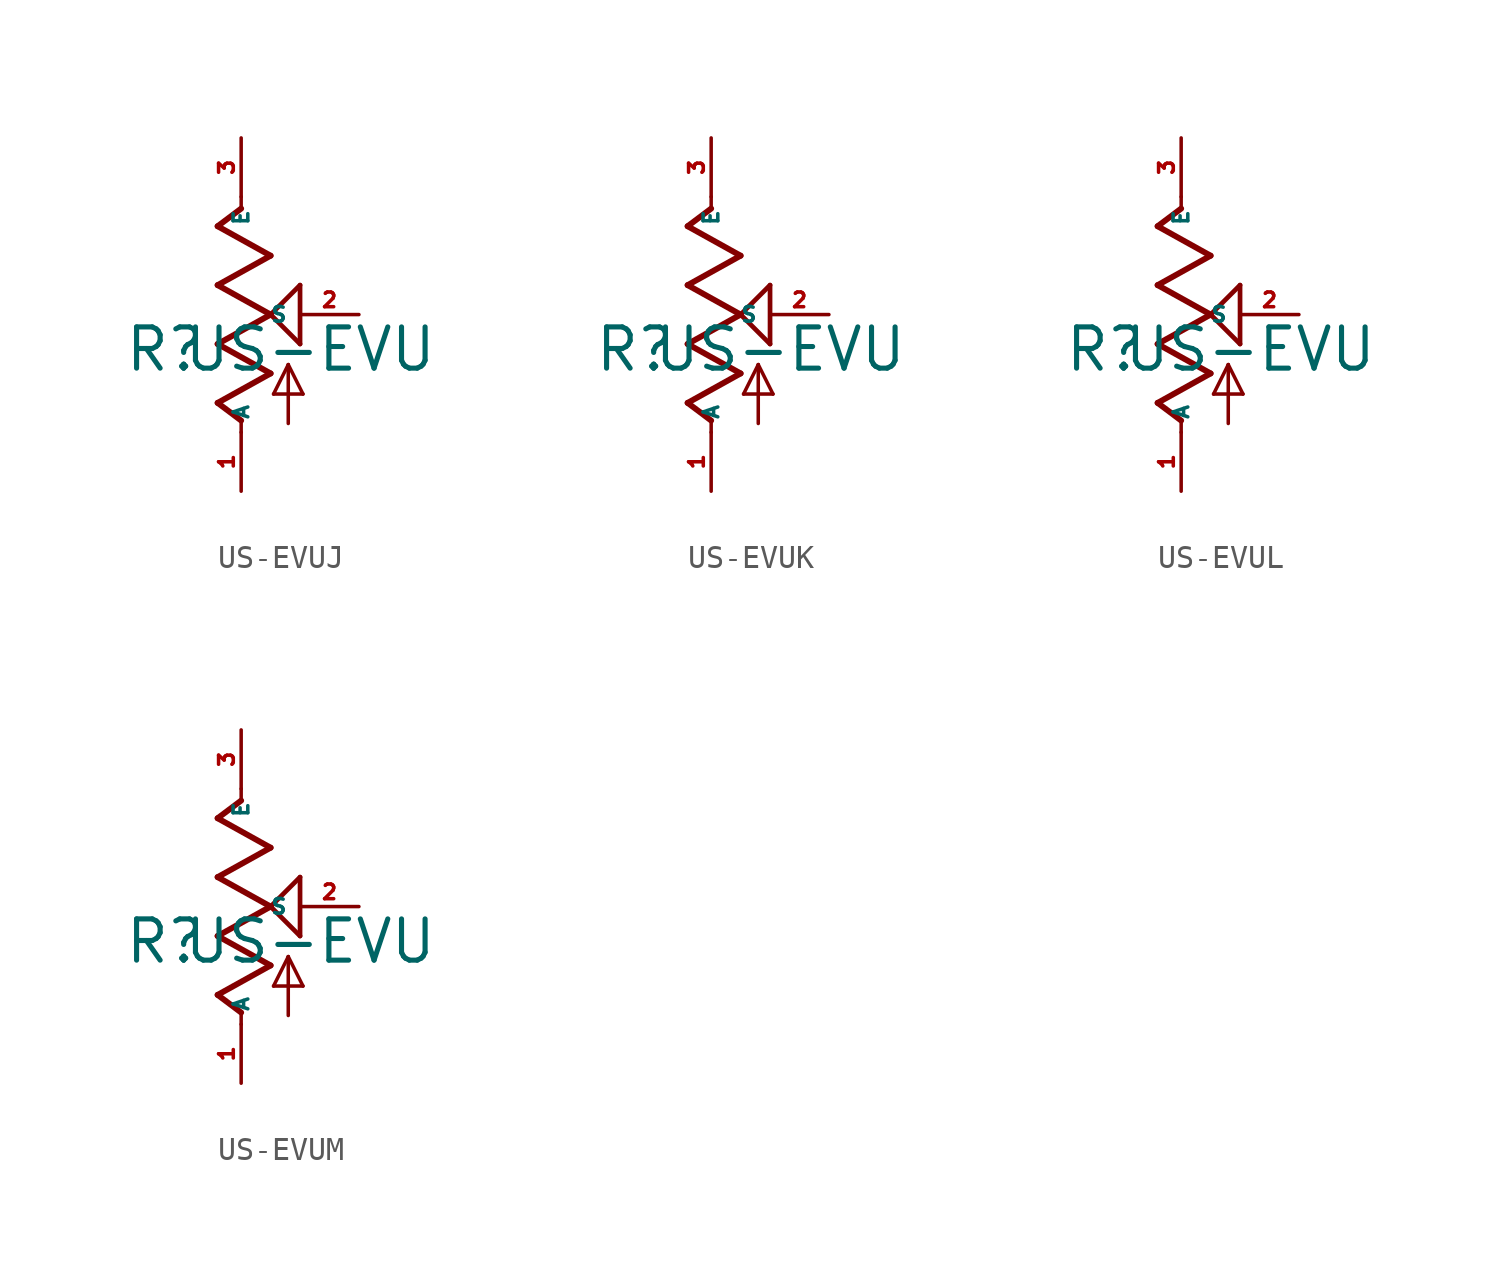
<source format=kicad_sym>
(kicad_symbol_lib
  (version 20220914)
  (generator Eagle2Kicad)
  (symbol "US-EVUJ"
    (property "Reference" "R"
      (at -5.08 -2.54 0)
      (effects (font (size 1.778 1.778) (thickness 0.22)) (justify left bottom)))
    (property "Value" "US-EVU"
      (at -2.54 -2.54 0)
      (effects (font (size 1.778 1.778) (thickness 0.22)) (justify left bottom)))
    (polyline
      (pts (xy 0 -5.08) (xy 0 -4.572))
      (stroke (width 0.152) (type default))
      (fill (type none)))
    (polyline
      (pts (xy 0 -4.572) (xy -1.016 -3.81))
      (stroke (width 0.254) (type default))
      (fill (type none)))
    (polyline
      (pts (xy -1.016 -3.81) (xy 1.27 -2.54))
      (stroke (width 0.254) (type default))
      (fill (type none)))
    (polyline
      (pts (xy 1.27 -2.54) (xy -1.016 -1.27))
      (stroke (width 0.254) (type default))
      (fill (type none)))
    (polyline
      (pts (xy -1.016 -1.27) (xy 1.27 0))
      (stroke (width 0.254) (type default))
      (fill (type none)))
    (polyline
      (pts (xy 1.27 0) (xy -1.016 1.27))
      (stroke (width 0.254) (type default))
      (fill (type none)))
    (polyline
      (pts (xy -1.016 1.27) (xy 1.27 2.54))
      (stroke (width 0.254) (type default))
      (fill (type none)))
    (polyline
      (pts (xy 1.27 2.54) (xy -1.016 3.81))
      (stroke (width 0.254) (type default))
      (fill (type none)))
    (polyline
      (pts (xy -1.016 3.81) (xy 0 4.572))
      (stroke (width 0.254) (type default))
      (fill (type none)))
    (polyline
      (pts (xy 0 4.572) (xy 0 5.08))
      (stroke (width 0.152) (type default))
      (fill (type none)))
    (polyline
      (pts (xy 1.27 0) (xy 2.54 1.27))
      (stroke (width 0.203) (type default))
      (fill (type none)))
    (polyline
      (pts (xy 2.54 -1.27) (xy 1.27 0))
      (stroke (width 0.203) (type default))
      (fill (type none)))
    (polyline
      (pts (xy 2.54 1.27) (xy 2.54 -1.27))
      (stroke (width 0.203) (type default))
      (fill (type none)))
    (polyline
      (pts (xy 2.032 -4.699) (xy 2.032 -2.159))
      (stroke (width 0.152) (type default))
      (fill (type none)))
    (polyline
      (pts (xy 2.032 -2.159) (xy 2.667 -3.429))
      (stroke (width 0.152) (type default))
      (fill (type none)))
    (polyline
      (pts (xy 2.667 -3.429) (xy 1.397 -3.429))
      (stroke (width 0.152) (type default))
      (fill (type none)))
    (polyline
      (pts (xy 1.397 -3.429) (xy 2.032 -2.159))
      (stroke (width 0.152) (type default))
      (fill (type none)))
    (pin passive line
      (at 0 -7.62 90)
      (length 2.54)
      (name "A" (effects (font (size 0.635 0.635) (thickness 0.08)) (justify left bottom)))
      (number "1" (effects (font (size 0.635 0.635) (thickness 0.08)) (justify left bottom))))
    (pin passive line
      (at 0 7.62 270)
      (length 2.54)
      (name "E" (effects (font (size 0.635 0.635) (thickness 0.08)) (justify left bottom)))
      (number "3" (effects (font (size 0.635 0.635) (thickness 0.08)) (justify left bottom))))
    (pin passive line
      (at 5.08 0 180)
      (length 2.54)
      (name "S" (effects (font (size 0.635 0.635) (thickness 0.08)) (justify left bottom)))
      (number "2" (effects (font (size 0.635 0.635) (thickness 0.08)) (justify left bottom)))))
  (symbol "US-EVUK"
    (property "Reference" "R"
      (at -5.08 -2.54 0)
      (effects (font (size 1.778 1.778) (thickness 0.22)) (justify left bottom)))
    (property "Value" "US-EVU"
      (at -2.54 -2.54 0)
      (effects (font (size 1.778 1.778) (thickness 0.22)) (justify left bottom)))
    (polyline
      (pts (xy 0 -5.08) (xy 0 -4.572))
      (stroke (width 0.152) (type default))
      (fill (type none)))
    (polyline
      (pts (xy 0 -4.572) (xy -1.016 -3.81))
      (stroke (width 0.254) (type default))
      (fill (type none)))
    (polyline
      (pts (xy -1.016 -3.81) (xy 1.27 -2.54))
      (stroke (width 0.254) (type default))
      (fill (type none)))
    (polyline
      (pts (xy 1.27 -2.54) (xy -1.016 -1.27))
      (stroke (width 0.254) (type default))
      (fill (type none)))
    (polyline
      (pts (xy -1.016 -1.27) (xy 1.27 0))
      (stroke (width 0.254) (type default))
      (fill (type none)))
    (polyline
      (pts (xy 1.27 0) (xy -1.016 1.27))
      (stroke (width 0.254) (type default))
      (fill (type none)))
    (polyline
      (pts (xy -1.016 1.27) (xy 1.27 2.54))
      (stroke (width 0.254) (type default))
      (fill (type none)))
    (polyline
      (pts (xy 1.27 2.54) (xy -1.016 3.81))
      (stroke (width 0.254) (type default))
      (fill (type none)))
    (polyline
      (pts (xy -1.016 3.81) (xy 0 4.572))
      (stroke (width 0.254) (type default))
      (fill (type none)))
    (polyline
      (pts (xy 0 4.572) (xy 0 5.08))
      (stroke (width 0.152) (type default))
      (fill (type none)))
    (polyline
      (pts (xy 1.27 0) (xy 2.54 1.27))
      (stroke (width 0.203) (type default))
      (fill (type none)))
    (polyline
      (pts (xy 2.54 -1.27) (xy 1.27 0))
      (stroke (width 0.203) (type default))
      (fill (type none)))
    (polyline
      (pts (xy 2.54 1.27) (xy 2.54 -1.27))
      (stroke (width 0.203) (type default))
      (fill (type none)))
    (polyline
      (pts (xy 2.032 -4.699) (xy 2.032 -2.159))
      (stroke (width 0.152) (type default))
      (fill (type none)))
    (polyline
      (pts (xy 2.032 -2.159) (xy 2.667 -3.429))
      (stroke (width 0.152) (type default))
      (fill (type none)))
    (polyline
      (pts (xy 2.667 -3.429) (xy 1.397 -3.429))
      (stroke (width 0.152) (type default))
      (fill (type none)))
    (polyline
      (pts (xy 1.397 -3.429) (xy 2.032 -2.159))
      (stroke (width 0.152) (type default))
      (fill (type none)))
    (pin passive line
      (at 0 -7.62 90)
      (length 2.54)
      (name "A" (effects (font (size 0.635 0.635) (thickness 0.08)) (justify left bottom)))
      (number "1" (effects (font (size 0.635 0.635) (thickness 0.08)) (justify left bottom))))
    (pin passive line
      (at 0 7.62 270)
      (length 2.54)
      (name "E" (effects (font (size 0.635 0.635) (thickness 0.08)) (justify left bottom)))
      (number "3" (effects (font (size 0.635 0.635) (thickness 0.08)) (justify left bottom))))
    (pin passive line
      (at 5.08 0 180)
      (length 2.54)
      (name "S" (effects (font (size 0.635 0.635) (thickness 0.08)) (justify left bottom)))
      (number "2" (effects (font (size 0.635 0.635) (thickness 0.08)) (justify left bottom)))))
  (symbol "US-EVUL"
    (property "Reference" "R"
      (at -5.08 -2.54 0)
      (effects (font (size 1.778 1.778) (thickness 0.22)) (justify left bottom)))
    (property "Value" "US-EVU"
      (at -2.54 -2.54 0)
      (effects (font (size 1.778 1.778) (thickness 0.22)) (justify left bottom)))
    (polyline
      (pts (xy 0 -5.08) (xy 0 -4.572))
      (stroke (width 0.152) (type default))
      (fill (type none)))
    (polyline
      (pts (xy 0 -4.572) (xy -1.016 -3.81))
      (stroke (width 0.254) (type default))
      (fill (type none)))
    (polyline
      (pts (xy -1.016 -3.81) (xy 1.27 -2.54))
      (stroke (width 0.254) (type default))
      (fill (type none)))
    (polyline
      (pts (xy 1.27 -2.54) (xy -1.016 -1.27))
      (stroke (width 0.254) (type default))
      (fill (type none)))
    (polyline
      (pts (xy -1.016 -1.27) (xy 1.27 0))
      (stroke (width 0.254) (type default))
      (fill (type none)))
    (polyline
      (pts (xy 1.27 0) (xy -1.016 1.27))
      (stroke (width 0.254) (type default))
      (fill (type none)))
    (polyline
      (pts (xy -1.016 1.27) (xy 1.27 2.54))
      (stroke (width 0.254) (type default))
      (fill (type none)))
    (polyline
      (pts (xy 1.27 2.54) (xy -1.016 3.81))
      (stroke (width 0.254) (type default))
      (fill (type none)))
    (polyline
      (pts (xy -1.016 3.81) (xy 0 4.572))
      (stroke (width 0.254) (type default))
      (fill (type none)))
    (polyline
      (pts (xy 0 4.572) (xy 0 5.08))
      (stroke (width 0.152) (type default))
      (fill (type none)))
    (polyline
      (pts (xy 1.27 0) (xy 2.54 1.27))
      (stroke (width 0.203) (type default))
      (fill (type none)))
    (polyline
      (pts (xy 2.54 -1.27) (xy 1.27 0))
      (stroke (width 0.203) (type default))
      (fill (type none)))
    (polyline
      (pts (xy 2.54 1.27) (xy 2.54 -1.27))
      (stroke (width 0.203) (type default))
      (fill (type none)))
    (polyline
      (pts (xy 2.032 -4.699) (xy 2.032 -2.159))
      (stroke (width 0.152) (type default))
      (fill (type none)))
    (polyline
      (pts (xy 2.032 -2.159) (xy 2.667 -3.429))
      (stroke (width 0.152) (type default))
      (fill (type none)))
    (polyline
      (pts (xy 2.667 -3.429) (xy 1.397 -3.429))
      (stroke (width 0.152) (type default))
      (fill (type none)))
    (polyline
      (pts (xy 1.397 -3.429) (xy 2.032 -2.159))
      (stroke (width 0.152) (type default))
      (fill (type none)))
    (pin passive line
      (at 0 -7.62 90)
      (length 2.54)
      (name "A" (effects (font (size 0.635 0.635) (thickness 0.08)) (justify left bottom)))
      (number "1" (effects (font (size 0.635 0.635) (thickness 0.08)) (justify left bottom))))
    (pin passive line
      (at 0 7.62 270)
      (length 2.54)
      (name "E" (effects (font (size 0.635 0.635) (thickness 0.08)) (justify left bottom)))
      (number "3" (effects (font (size 0.635 0.635) (thickness 0.08)) (justify left bottom))))
    (pin passive line
      (at 5.08 0 180)
      (length 2.54)
      (name "S" (effects (font (size 0.635 0.635) (thickness 0.08)) (justify left bottom)))
      (number "2" (effects (font (size 0.635 0.635) (thickness 0.08)) (justify left bottom)))))
  (symbol "US-EVUM"
    (property "Reference" "R"
      (at -5.08 -2.54 0)
      (effects (font (size 1.778 1.778) (thickness 0.22)) (justify left bottom)))
    (property "Value" "US-EVU"
      (at -2.54 -2.54 0)
      (effects (font (size 1.778 1.778) (thickness 0.22)) (justify left bottom)))
    (polyline
      (pts (xy 0 -5.08) (xy 0 -4.572))
      (stroke (width 0.152) (type default))
      (fill (type none)))
    (polyline
      (pts (xy 0 -4.572) (xy -1.016 -3.81))
      (stroke (width 0.254) (type default))
      (fill (type none)))
    (polyline
      (pts (xy -1.016 -3.81) (xy 1.27 -2.54))
      (stroke (width 0.254) (type default))
      (fill (type none)))
    (polyline
      (pts (xy 1.27 -2.54) (xy -1.016 -1.27))
      (stroke (width 0.254) (type default))
      (fill (type none)))
    (polyline
      (pts (xy -1.016 -1.27) (xy 1.27 0))
      (stroke (width 0.254) (type default))
      (fill (type none)))
    (polyline
      (pts (xy 1.27 0) (xy -1.016 1.27))
      (stroke (width 0.254) (type default))
      (fill (type none)))
    (polyline
      (pts (xy -1.016 1.27) (xy 1.27 2.54))
      (stroke (width 0.254) (type default))
      (fill (type none)))
    (polyline
      (pts (xy 1.27 2.54) (xy -1.016 3.81))
      (stroke (width 0.254) (type default))
      (fill (type none)))
    (polyline
      (pts (xy -1.016 3.81) (xy 0 4.572))
      (stroke (width 0.254) (type default))
      (fill (type none)))
    (polyline
      (pts (xy 0 4.572) (xy 0 5.08))
      (stroke (width 0.152) (type default))
      (fill (type none)))
    (polyline
      (pts (xy 1.27 0) (xy 2.54 1.27))
      (stroke (width 0.203) (type default))
      (fill (type none)))
    (polyline
      (pts (xy 2.54 -1.27) (xy 1.27 0))
      (stroke (width 0.203) (type default))
      (fill (type none)))
    (polyline
      (pts (xy 2.54 1.27) (xy 2.54 -1.27))
      (stroke (width 0.203) (type default))
      (fill (type none)))
    (polyline
      (pts (xy 2.032 -4.699) (xy 2.032 -2.159))
      (stroke (width 0.152) (type default))
      (fill (type none)))
    (polyline
      (pts (xy 2.032 -2.159) (xy 2.667 -3.429))
      (stroke (width 0.152) (type default))
      (fill (type none)))
    (polyline
      (pts (xy 2.667 -3.429) (xy 1.397 -3.429))
      (stroke (width 0.152) (type default))
      (fill (type none)))
    (polyline
      (pts (xy 1.397 -3.429) (xy 2.032 -2.159))
      (stroke (width 0.152) (type default))
      (fill (type none)))
    (pin passive line
      (at 0 -7.62 90)
      (length 2.54)
      (name "A" (effects (font (size 0.635 0.635) (thickness 0.08)) (justify left bottom)))
      (number "1" (effects (font (size 0.635 0.635) (thickness 0.08)) (justify left bottom))))
    (pin passive line
      (at 0 7.62 270)
      (length 2.54)
      (name "E" (effects (font (size 0.635 0.635) (thickness 0.08)) (justify left bottom)))
      (number "3" (effects (font (size 0.635 0.635) (thickness 0.08)) (justify left bottom))))
    (pin passive line
      (at 5.08 0 180)
      (length 2.54)
      (name "S" (effects (font (size 0.635 0.635) (thickness 0.08)) (justify left bottom)))
      (number "2" (effects (font (size 0.635 0.635) (thickness 0.08)) (justify left bottom))))))
</source>
